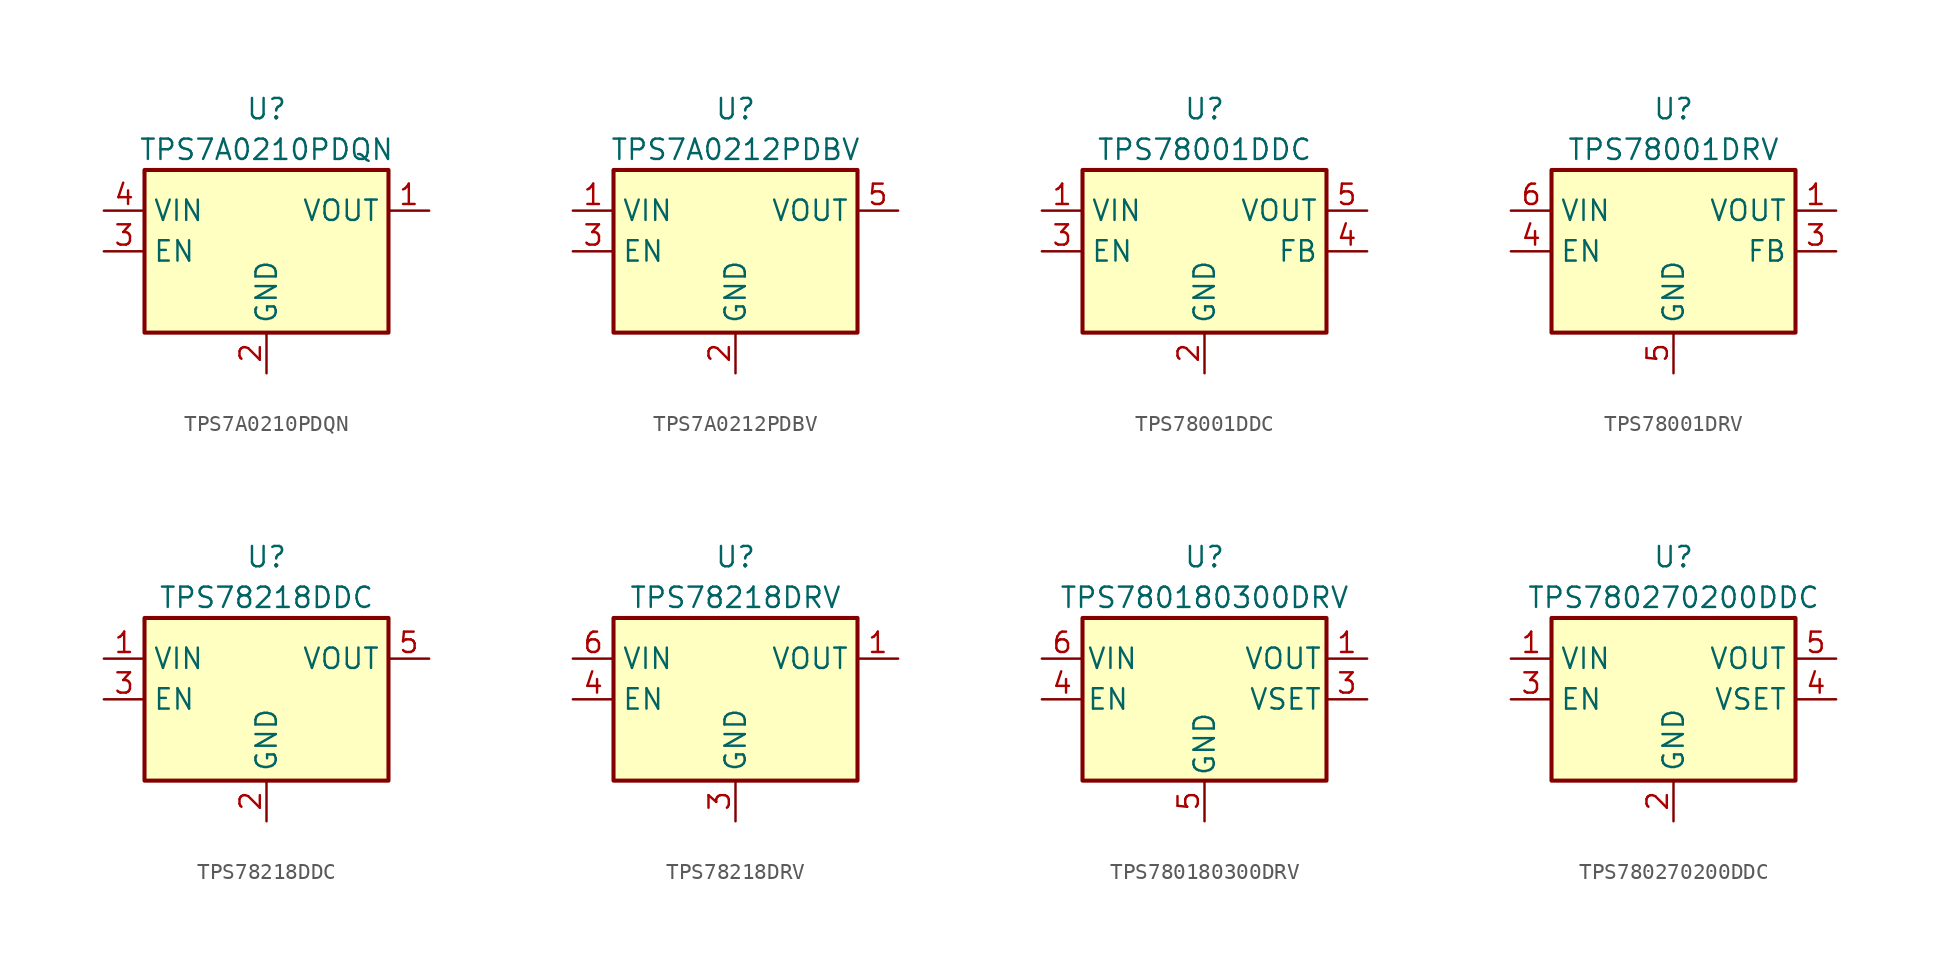
<source format=kicad_sym>
(kicad_symbol_lib
  (version 20211014)
  (generator kicad_symbol_editor)
  (symbol "TPS7A0210PDQN"
    (property "Reference" "U"
      (at 0 8.89 0)
      (effects (font (size 1.27 1.27))))
    (property "Value" "TPS7A0210PDQN"
      (at 0 6.35 0)
      (effects (font (size 1.27 1.27))))
    (symbol "TPS7A0210PDQN_0_1"
      (rectangle (start -7.62 5.08) (end 7.62 -5.08) (stroke (width 0.254) (type default) (color 0 0 0 0)) (fill (type background))))
    (symbol "TPS7A0210PDQN_1_1"
      (pin power_out line (at 10.16 2.54 180) (length 2.54) (name "VOUT" (effects (font (size 1.27 1.27)))) (number "1" (effects (font (size 1.27 1.27)))))
      (pin power_in line (at 0 -7.62 90) (length 2.54) (name "GND" (effects (font (size 1.27 1.27)))) (number "2" (effects (font (size 1.27 1.27)))))
      (pin input line (at -10.16 0 0) (length 2.54) (name "EN" (effects (font (size 1.27 1.27)))) (number "3" (effects (font (size 1.27 1.27)))))
      (pin power_in line (at -10.16 2.54 0) (length 2.54) (name "VIN" (effects (font (size 1.27 1.27)))) (number "4" (effects (font (size 1.27 1.27)))))))
  (symbol "TPS7A0212PDBV"
    (property "Reference" "U"
      (at 0 8.89 0)
      (effects (font (size 1.27 1.27))))
    (property "Value" "TPS7A0212PDBV"
      (at 0 6.35 0)
      (effects (font (size 1.27 1.27))))
    (symbol "TPS7A0212PDBV_0_1"
      (rectangle (start -7.62 5.08) (end 7.62 -5.08) (stroke (width 0.254) (type default) (color 0 0 0 0)) (fill (type background))))
    (symbol "TPS7A0212PDBV_1_1"
      (pin power_in line (at -10.16 2.54 0) (length 2.54) (name "VIN" (effects (font (size 1.27 1.27)))) (number "1" (effects (font (size 1.27 1.27)))))
      (pin power_in line (at 0 -7.62 90) (length 2.54) (name "GND" (effects (font (size 1.27 1.27)))) (number "2" (effects (font (size 1.27 1.27)))))
      (pin input line (at -10.16 0 0) (length 2.54) (name "EN" (effects (font (size 1.27 1.27)))) (number "3" (effects (font (size 1.27 1.27)))))
      (pin no_connect line (at 10.16 0 180) (length 2.54) hide (name "NC" (effects (font (size 1.27 1.27)))) (number "4" (effects (font (size 1.27 1.27)))))
      (pin power_out line (at 10.16 2.54 180) (length 2.54) (name "VOUT" (effects (font (size 1.27 1.27)))) (number "5" (effects (font (size 1.27 1.27)))))))
  (symbol "TPS78001DDC"
    (property "Reference" "U"
      (at 0 8.89 0)
      (effects (font (size 1.27 1.27))))
    (property "Value" "TPS78001DDC"
      (at 0 6.35 0)
      (effects (font (size 1.27 1.27))))
    (symbol "TPS78001DDC_0_1"
      (rectangle (start -7.62 5.08) (end 7.62 -5.08) (stroke (width 0.254) (type default) (color 0 0 0 0)) (fill (type background))))
    (symbol "TPS78001DDC_1_1"
      (pin power_in line (at -10.16 2.54 0) (length 2.54) (name "VIN" (effects (font (size 1.27 1.27)))) (number "1" (effects (font (size 1.27 1.27)))))
      (pin power_in line (at 0 -7.62 90) (length 2.54) (name "GND" (effects (font (size 1.27 1.27)))) (number "2" (effects (font (size 1.27 1.27)))))
      (pin input line (at -10.16 0 0) (length 2.54) (name "EN" (effects (font (size 1.27 1.27)))) (number "3" (effects (font (size 1.27 1.27)))))
      (pin input line (at 10.16 0 180) (length 2.54) (name "FB" (effects (font (size 1.27 1.27)))) (number "4" (effects (font (size 1.27 1.27)))))
      (pin power_out line (at 10.16 2.54 180) (length 2.54) (name "VOUT" (effects (font (size 1.27 1.27)))) (number "5" (effects (font (size 1.27 1.27)))))))
  (symbol "TPS78001DRV"
    (property "Reference" "U"
      (at 0 8.89 0)
      (effects (font (size 1.27 1.27))))
    (property "Value" "TPS78001DRV"
      (at 0 6.35 0)
      (effects (font (size 1.27 1.27))))
    (symbol "TPS78001DRV_0_1"
      (rectangle (start -7.62 5.08) (end 7.62 -5.08) (stroke (width 0.254) (type default) (color 0 0 0 0)) (fill (type background))))
    (symbol "TPS78001DRV_1_1"
      (pin power_out line (at 10.16 2.54 180) (length 2.54) (name "VOUT" (effects (font (size 1.27 1.27)))) (number "1" (effects (font (size 1.27 1.27)))))
      (pin no_connect line (at 10.16 -2.54 180) (length 2.54) hide (name "NC" (effects (font (size 1.27 1.27)))) (number "2" (effects (font (size 1.27 1.27)))))
      (pin input line (at 10.16 0 180) (length 2.54) (name "FB" (effects (font (size 1.27 1.27)))) (number "3" (effects (font (size 1.27 1.27)))))
      (pin input line (at -10.16 0 0) (length 2.54) (name "EN" (effects (font (size 1.27 1.27)))) (number "4" (effects (font (size 1.27 1.27)))))
      (pin power_in line (at 0 -7.62 90) (length 2.54) (name "GND" (effects (font (size 1.27 1.27)))) (number "5" (effects (font (size 1.27 1.27)))))
      (pin power_in line (at -10.16 2.54 0) (length 2.54) (name "VIN" (effects (font (size 1.27 1.27)))) (number "6" (effects (font (size 1.27 1.27)))))))
  (symbol "TPS78218DDC"
    (property "Reference" "U"
      (at 0 8.89 0)
      (effects (font (size 1.27 1.27))))
    (property "Value" "TPS78218DDC"
      (at 0 6.35 0)
      (effects (font (size 1.27 1.27))))
    (symbol "TPS78218DDC_0_1"
      (rectangle (start -7.62 5.08) (end 7.62 -5.08) (stroke (width 0.254) (type default) (color 0 0 0 0)) (fill (type background))))
    (symbol "TPS78218DDC_1_1"
      (pin power_in line (at -10.16 2.54 0) (length 2.54) (name "VIN" (effects (font (size 1.27 1.27)))) (number "1" (effects (font (size 1.27 1.27)))))
      (pin power_in line (at 0 -7.62 90) (length 2.54) (name "GND" (effects (font (size 1.27 1.27)))) (number "2" (effects (font (size 1.27 1.27)))))
      (pin input line (at -10.16 0 0) (length 2.54) (name "EN" (effects (font (size 1.27 1.27)))) (number "3" (effects (font (size 1.27 1.27)))))
      (pin passive line (at 0 -7.62 90) (length 2.54) hide (name "GND" (effects (font (size 1.27 1.27)))) (number "4" (effects (font (size 1.27 1.27)))))
      (pin power_out line (at 10.16 2.54 180) (length 2.54) (name "VOUT" (effects (font (size 1.27 1.27)))) (number "5" (effects (font (size 1.27 1.27)))))))
  (symbol "TPS78218DRV"
    (property "Reference" "U"
      (at 0 8.89 0)
      (effects (font (size 1.27 1.27))))
    (property "Value" "TPS78218DRV"
      (at 0 6.35 0)
      (effects (font (size 1.27 1.27))))
    (symbol "TPS78218DRV_0_1"
      (rectangle (start -7.62 5.08) (end 7.62 -5.08) (stroke (width 0.254) (type default) (color 0 0 0 0)) (fill (type background))))
    (symbol "TPS78218DRV_1_1"
      (pin power_out line (at 10.16 2.54 180) (length 2.54) (name "VOUT" (effects (font (size 1.27 1.27)))) (number "1" (effects (font (size 1.27 1.27)))))
      (pin no_connect line (at 10.16 0 180) (length 2.54) hide (name "NC" (effects (font (size 1.27 1.27)))) (number "2" (effects (font (size 1.27 1.27)))))
      (pin power_in line (at 0 -7.62 90) (length 2.54) (name "GND" (effects (font (size 1.27 1.27)))) (number "3" (effects (font (size 1.27 1.27)))))
      (pin input line (at -10.16 0 0) (length 2.54) (name "EN" (effects (font (size 1.27 1.27)))) (number "4" (effects (font (size 1.27 1.27)))))
      (pin passive line (at 0 -7.62 90) (length 2.54) hide (name "GND" (effects (font (size 1.27 1.27)))) (number "5" (effects (font (size 1.27 1.27)))))
      (pin power_in line (at -10.16 2.54 0) (length 2.54) (name "VIN" (effects (font (size 1.27 1.27)))) (number "6" (effects (font (size 1.27 1.27)))))))
  (symbol "TPS780180300DRV"
    (pin_names
      (offset 0.254))
    (property "Reference" "U"
      (at 0 8.89 0)
      (effects (font (size 1.27 1.27))))
    (property "Value" "TPS780180300DRV"
      (at 0 6.35 0)
      (effects (font (size 1.27 1.27))))
    (symbol "TPS780180300DRV_0_1"
      (rectangle (start -7.62 5.08) (end 7.62 -5.08) (stroke (width 0.254) (type default) (color 0 0 0 0)) (fill (type background))))
    (symbol "TPS780180300DRV_1_1"
      (pin power_out line (at 10.16 2.54 180) (length 2.54) (name "VOUT" (effects (font (size 1.27 1.27)))) (number "1" (effects (font (size 1.27 1.27)))))
      (pin no_connect line (at 10.16 -2.54 180) (length 2.54) hide (name "NC" (effects (font (size 1.27 1.27)))) (number "2" (effects (font (size 1.27 1.27)))))
      (pin input line (at 10.16 0 180) (length 2.54) (name "VSET" (effects (font (size 1.27 1.27)))) (number "3" (effects (font (size 1.27 1.27)))))
      (pin input line (at -10.16 0 0) (length 2.54) (name "EN" (effects (font (size 1.27 1.27)))) (number "4" (effects (font (size 1.27 1.27)))))
      (pin power_in line (at 0 -7.62 90) (length 2.54) (name "GND" (effects (font (size 1.27 1.27)))) (number "5" (effects (font (size 1.27 1.27)))))
      (pin power_in line (at -10.16 2.54 0) (length 2.54) (name "VIN" (effects (font (size 1.27 1.27)))) (number "6" (effects (font (size 1.27 1.27)))))))
  (symbol "TPS780270200DDC"
    (property "Reference" "U"
      (at 0 8.89 0)
      (effects (font (size 1.27 1.27))))
    (property "Value" "TPS780270200DDC"
      (at 0 6.35 0)
      (effects (font (size 1.27 1.27))))
    (symbol "TPS780270200DDC_0_1"
      (rectangle (start -7.62 5.08) (end 7.62 -5.08) (stroke (width 0.254) (type default) (color 0 0 0 0)) (fill (type background))))
    (symbol "TPS780270200DDC_1_1"
      (pin power_in line (at -10.16 2.54 0) (length 2.54) (name "VIN" (effects (font (size 1.27 1.27)))) (number "1" (effects (font (size 1.27 1.27)))))
      (pin power_in line (at 0 -7.62 90) (length 2.54) (name "GND" (effects (font (size 1.27 1.27)))) (number "2" (effects (font (size 1.27 1.27)))))
      (pin input line (at -10.16 0 0) (length 2.54) (name "EN" (effects (font (size 1.27 1.27)))) (number "3" (effects (font (size 1.27 1.27)))))
      (pin input line (at 10.16 0 180) (length 2.54) (name "VSET" (effects (font (size 1.27 1.27)))) (number "4" (effects (font (size 1.27 1.27)))))
      (pin power_out line (at 10.16 2.54 180) (length 2.54) (name "VOUT" (effects (font (size 1.27 1.27)))) (number "5" (effects (font (size 1.27 1.27))))))))
</source>
